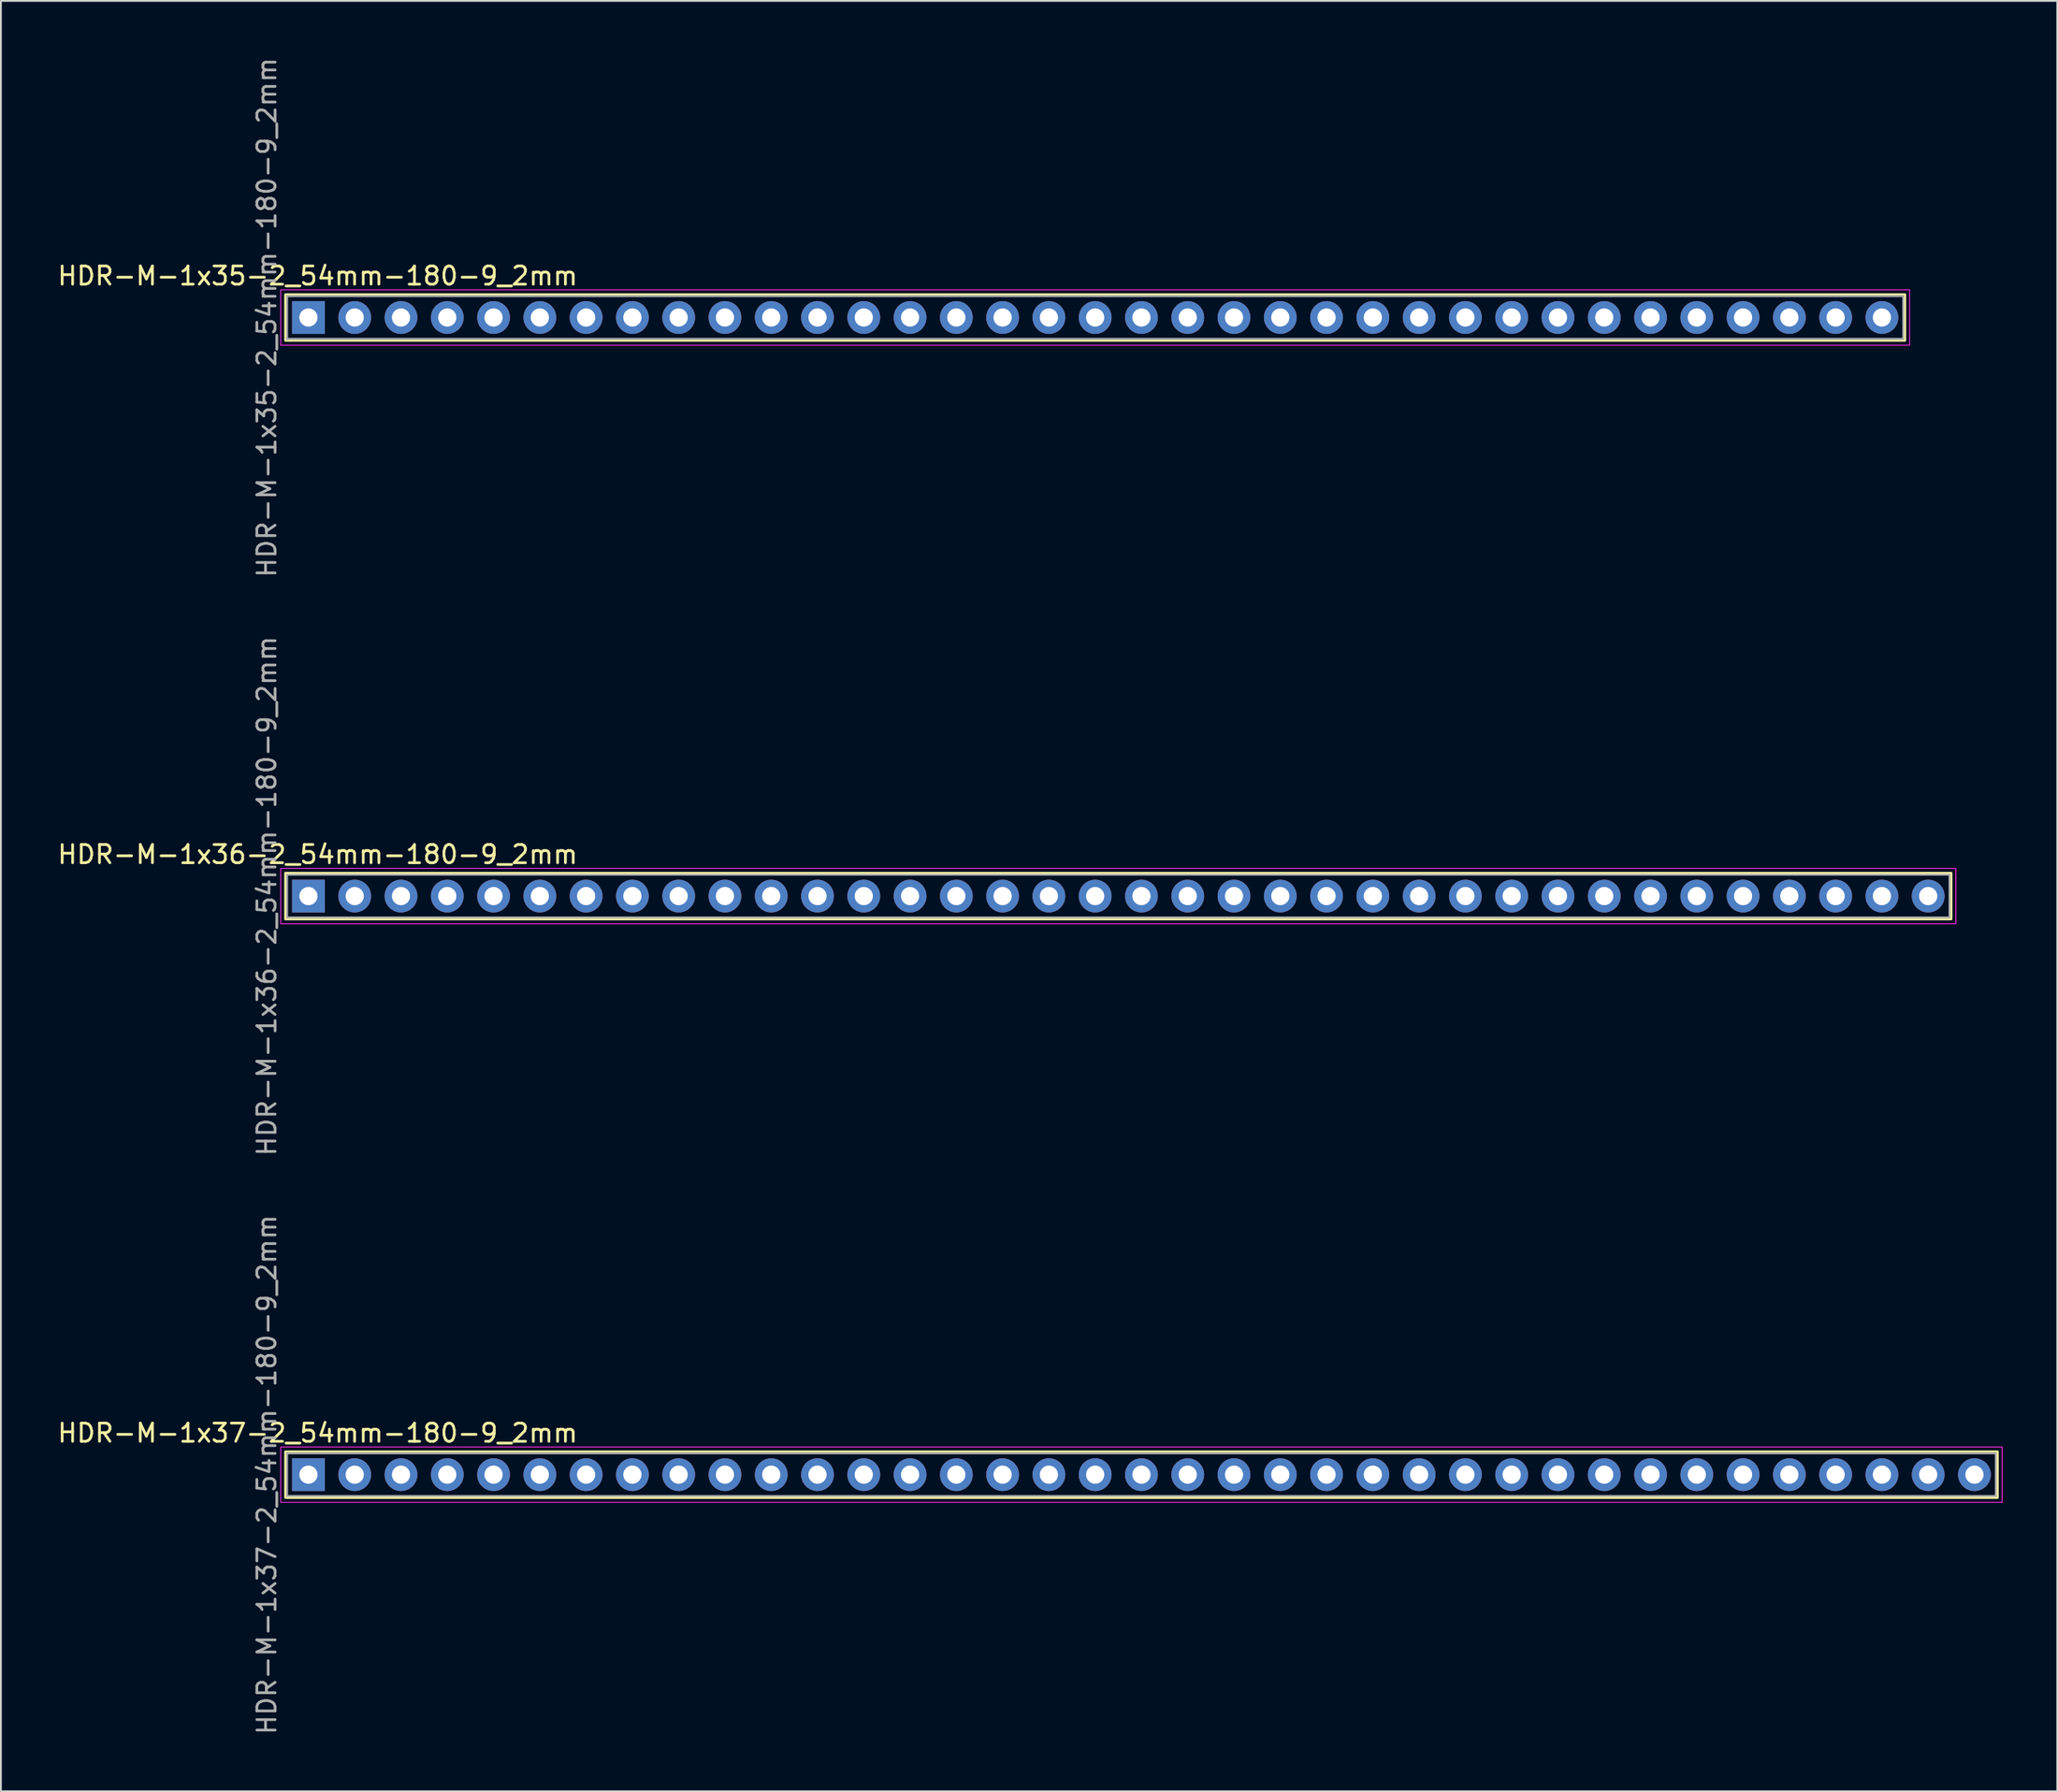
<source format=kicad_pcb>
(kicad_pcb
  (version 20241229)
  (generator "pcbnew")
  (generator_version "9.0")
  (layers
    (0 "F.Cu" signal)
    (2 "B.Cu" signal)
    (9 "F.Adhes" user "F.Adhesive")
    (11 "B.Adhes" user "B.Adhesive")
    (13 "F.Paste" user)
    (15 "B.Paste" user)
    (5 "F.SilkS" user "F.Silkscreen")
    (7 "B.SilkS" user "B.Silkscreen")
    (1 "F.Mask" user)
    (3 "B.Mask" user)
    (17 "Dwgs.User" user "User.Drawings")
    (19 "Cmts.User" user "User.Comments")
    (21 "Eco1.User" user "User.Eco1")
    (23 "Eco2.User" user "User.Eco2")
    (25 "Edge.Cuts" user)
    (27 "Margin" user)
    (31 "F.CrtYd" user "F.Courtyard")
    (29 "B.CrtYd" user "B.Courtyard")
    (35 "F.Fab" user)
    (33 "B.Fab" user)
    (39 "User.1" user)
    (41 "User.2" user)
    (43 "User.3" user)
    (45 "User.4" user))
  (footprint "HDR-M-1x37-2_54mm-180-9_2mm"
    (layer "F.Cu")
    (at 13.879 77.935)
    (property "Reference" "HDR-M-1x37-2_54mm-180-9_2mm" (at 0.508 -2.286 0) (unlocked yes) (layer "F.SilkS") (effects (font (size 1 1) (thickness 0.15))))
    (attr through_hole)
    (fp_rect (start -1.27 -1.27) (end 92.71 1.27) (stroke (width 0.12) (type solid)) (fill no) (layer "F.SilkS"))
    (fp_rect (start -1.52 -1.52) (end 92.96 1.52) (stroke (width 0.05) (type solid)) (fill no) (layer "F.CrtYd"))
    (fp_rect (start -1.17 -1.17) (end 92.61 1.17) (stroke (width 0.1) (type solid)) (fill no) (layer "F.Fab"))
    (fp_text user "${REFERENCE}" (at -2.286 0 90) (unlocked yes) (layer "F.Fab") (effects (font (size 1 1) (thickness 0.15))))
    (pad "1" thru_hole rect (at 0 0) (size 1.8 1.8) (drill 1) (layers "*.Cu" "*.Mask"))
    (pad "2" thru_hole circle (at 2.54 0) (size 1.8 1.8) (drill 1) (layers "*.Cu" "*.Mask"))
    (pad "3" thru_hole circle (at 5.08 0) (size 1.8 1.8) (drill 1) (layers "*.Cu" "*.Mask"))
    (pad "4" thru_hole circle (at 7.62 0) (size 1.8 1.8) (drill 1) (layers "*.Cu" "*.Mask"))
    (pad "5" thru_hole circle (at 10.16 0) (size 1.8 1.8) (drill 1) (layers "*.Cu" "*.Mask"))
    (pad "6" thru_hole circle (at 12.7 0) (size 1.8 1.8) (drill 1) (layers "*.Cu" "*.Mask"))
    (pad "7" thru_hole circle (at 15.24 0) (size 1.8 1.8) (drill 1) (layers "*.Cu" "*.Mask"))
    (pad "8" thru_hole circle (at 17.78 0) (size 1.8 1.8) (drill 1) (layers "*.Cu" "*.Mask"))
    (pad "9" thru_hole circle (at 20.32 0) (size 1.8 1.8) (drill 1) (layers "*.Cu" "*.Mask"))
    (pad "10" thru_hole circle (at 22.86 0) (size 1.8 1.8) (drill 1) (layers "*.Cu" "*.Mask"))
    (pad "11" thru_hole circle (at 25.4 0) (size 1.8 1.8) (drill 1) (layers "*.Cu" "*.Mask"))
    (pad "12" thru_hole circle (at 27.94 0) (size 1.8 1.8) (drill 1) (layers "*.Cu" "*.Mask"))
    (pad "13" thru_hole circle (at 30.48 0) (size 1.8 1.8) (drill 1) (layers "*.Cu" "*.Mask"))
    (pad "14" thru_hole circle (at 33.02 0) (size 1.8 1.8) (drill 1) (layers "*.Cu" "*.Mask"))
    (pad "15" thru_hole circle (at 35.56 0) (size 1.8 1.8) (drill 1) (layers "*.Cu" "*.Mask"))
    (pad "16" thru_hole circle (at 38.1 0) (size 1.8 1.8) (drill 1) (layers "*.Cu" "*.Mask"))
    (pad "17" thru_hole circle (at 40.64 0) (size 1.8 1.8) (drill 1) (layers "*.Cu" "*.Mask"))
    (pad "18" thru_hole circle (at 43.18 0) (size 1.8 1.8) (drill 1) (layers "*.Cu" "*.Mask"))
    (pad "19" thru_hole circle (at 45.72 0) (size 1.8 1.8) (drill 1) (layers "*.Cu" "*.Mask"))
    (pad "20" thru_hole circle (at 48.26 0) (size 1.8 1.8) (drill 1) (layers "*.Cu" "*.Mask"))
    (pad "21" thru_hole circle (at 50.8 0) (size 1.8 1.8) (drill 1) (layers "*.Cu" "*.Mask"))
    (pad "22" thru_hole circle (at 53.34 0) (size 1.8 1.8) (drill 1) (layers "*.Cu" "*.Mask"))
    (pad "23" thru_hole circle (at 55.88 0) (size 1.8 1.8) (drill 1) (layers "*.Cu" "*.Mask"))
    (pad "24" thru_hole circle (at 58.42 0) (size 1.8 1.8) (drill 1) (layers "*.Cu" "*.Mask"))
    (pad "25" thru_hole circle (at 60.96 0) (size 1.8 1.8) (drill 1) (layers "*.Cu" "*.Mask"))
    (pad "26" thru_hole circle (at 63.5 0) (size 1.8 1.8) (drill 1) (layers "*.Cu" "*.Mask"))
    (pad "27" thru_hole circle (at 66.04 0) (size 1.8 1.8) (drill 1) (layers "*.Cu" "*.Mask"))
    (pad "28" thru_hole circle (at 68.58 0) (size 1.8 1.8) (drill 1) (layers "*.Cu" "*.Mask"))
    (pad "29" thru_hole circle (at 71.12 0) (size 1.8 1.8) (drill 1) (layers "*.Cu" "*.Mask"))
    (pad "30" thru_hole circle (at 73.66 0) (size 1.8 1.8) (drill 1) (layers "*.Cu" "*.Mask"))
    (pad "31" thru_hole circle (at 76.2 0) (size 1.8 1.8) (drill 1) (layers "*.Cu" "*.Mask"))
    (pad "32" thru_hole circle (at 78.74 0) (size 1.8 1.8) (drill 1) (layers "*.Cu" "*.Mask"))
    (pad "33" thru_hole circle (at 81.28 0) (size 1.8 1.8) (drill 1) (layers "*.Cu" "*.Mask"))
    (pad "34" thru_hole circle (at 83.82 0) (size 1.8 1.8) (drill 1) (layers "*.Cu" "*.Mask"))
    (pad "35" thru_hole circle (at 86.36 0) (size 1.8 1.8) (drill 1) (layers "*.Cu" "*.Mask"))
    (pad "36" thru_hole circle (at 88.9 0) (size 1.8 1.8) (drill 1) (layers "*.Cu" "*.Mask"))
    (pad "37" thru_hole circle (at 91.44 0) (size 1.8 1.8) (drill 1) (layers "*.Cu" "*.Mask")))
  (footprint "HDR-M-1x36-2_54mm-180-9_2mm"
    (layer "F.Cu")
    (at 13.879 46.161)
    (property "Reference" "HDR-M-1x36-2_54mm-180-9_2mm" (at 0.508 -2.286 0) (unlocked yes) (layer "F.SilkS") (effects (font (size 1 1) (thickness 0.15))))
    (attr through_hole)
    (fp_rect (start -1.27 -1.27) (end 90.17 1.27) (stroke (width 0.12) (type solid)) (fill no) (layer "F.SilkS"))
    (fp_rect (start -1.52 -1.52) (end 90.42 1.52) (stroke (width 0.05) (type solid)) (fill no) (layer "F.CrtYd"))
    (fp_rect (start -1.17 -1.17) (end 90.07 1.17) (stroke (width 0.1) (type solid)) (fill no) (layer "F.Fab"))
    (fp_text user "${REFERENCE}" (at -2.286 0 90) (unlocked yes) (layer "F.Fab") (effects (font (size 1 1) (thickness 0.15))))
    (pad "1" thru_hole rect (at 0 0) (size 1.8 1.8) (drill 1) (layers "*.Cu" "*.Mask"))
    (pad "2" thru_hole circle (at 2.54 0) (size 1.8 1.8) (drill 1) (layers "*.Cu" "*.Mask"))
    (pad "3" thru_hole circle (at 5.08 0) (size 1.8 1.8) (drill 1) (layers "*.Cu" "*.Mask"))
    (pad "4" thru_hole circle (at 7.62 0) (size 1.8 1.8) (drill 1) (layers "*.Cu" "*.Mask"))
    (pad "5" thru_hole circle (at 10.16 0) (size 1.8 1.8) (drill 1) (layers "*.Cu" "*.Mask"))
    (pad "6" thru_hole circle (at 12.7 0) (size 1.8 1.8) (drill 1) (layers "*.Cu" "*.Mask"))
    (pad "7" thru_hole circle (at 15.24 0) (size 1.8 1.8) (drill 1) (layers "*.Cu" "*.Mask"))
    (pad "8" thru_hole circle (at 17.78 0) (size 1.8 1.8) (drill 1) (layers "*.Cu" "*.Mask"))
    (pad "9" thru_hole circle (at 20.32 0) (size 1.8 1.8) (drill 1) (layers "*.Cu" "*.Mask"))
    (pad "10" thru_hole circle (at 22.86 0) (size 1.8 1.8) (drill 1) (layers "*.Cu" "*.Mask"))
    (pad "11" thru_hole circle (at 25.4 0) (size 1.8 1.8) (drill 1) (layers "*.Cu" "*.Mask"))
    (pad "12" thru_hole circle (at 27.94 0) (size 1.8 1.8) (drill 1) (layers "*.Cu" "*.Mask"))
    (pad "13" thru_hole circle (at 30.48 0) (size 1.8 1.8) (drill 1) (layers "*.Cu" "*.Mask"))
    (pad "14" thru_hole circle (at 33.02 0) (size 1.8 1.8) (drill 1) (layers "*.Cu" "*.Mask"))
    (pad "15" thru_hole circle (at 35.56 0) (size 1.8 1.8) (drill 1) (layers "*.Cu" "*.Mask"))
    (pad "16" thru_hole circle (at 38.1 0) (size 1.8 1.8) (drill 1) (layers "*.Cu" "*.Mask"))
    (pad "17" thru_hole circle (at 40.64 0) (size 1.8 1.8) (drill 1) (layers "*.Cu" "*.Mask"))
    (pad "18" thru_hole circle (at 43.18 0) (size 1.8 1.8) (drill 1) (layers "*.Cu" "*.Mask"))
    (pad "19" thru_hole circle (at 45.72 0) (size 1.8 1.8) (drill 1) (layers "*.Cu" "*.Mask"))
    (pad "20" thru_hole circle (at 48.26 0) (size 1.8 1.8) (drill 1) (layers "*.Cu" "*.Mask"))
    (pad "21" thru_hole circle (at 50.8 0) (size 1.8 1.8) (drill 1) (layers "*.Cu" "*.Mask"))
    (pad "22" thru_hole circle (at 53.34 0) (size 1.8 1.8) (drill 1) (layers "*.Cu" "*.Mask"))
    (pad "23" thru_hole circle (at 55.88 0) (size 1.8 1.8) (drill 1) (layers "*.Cu" "*.Mask"))
    (pad "24" thru_hole circle (at 58.42 0) (size 1.8 1.8) (drill 1) (layers "*.Cu" "*.Mask"))
    (pad "25" thru_hole circle (at 60.96 0) (size 1.8 1.8) (drill 1) (layers "*.Cu" "*.Mask"))
    (pad "26" thru_hole circle (at 63.5 0) (size 1.8 1.8) (drill 1) (layers "*.Cu" "*.Mask"))
    (pad "27" thru_hole circle (at 66.04 0) (size 1.8 1.8) (drill 1) (layers "*.Cu" "*.Mask"))
    (pad "28" thru_hole circle (at 68.58 0) (size 1.8 1.8) (drill 1) (layers "*.Cu" "*.Mask"))
    (pad "29" thru_hole circle (at 71.12 0) (size 1.8 1.8) (drill 1) (layers "*.Cu" "*.Mask"))
    (pad "30" thru_hole circle (at 73.66 0) (size 1.8 1.8) (drill 1) (layers "*.Cu" "*.Mask"))
    (pad "31" thru_hole circle (at 76.2 0) (size 1.8 1.8) (drill 1) (layers "*.Cu" "*.Mask"))
    (pad "32" thru_hole circle (at 78.74 0) (size 1.8 1.8) (drill 1) (layers "*.Cu" "*.Mask"))
    (pad "33" thru_hole circle (at 81.28 0) (size 1.8 1.8) (drill 1) (layers "*.Cu" "*.Mask"))
    (pad "34" thru_hole circle (at 83.82 0) (size 1.8 1.8) (drill 1) (layers "*.Cu" "*.Mask"))
    (pad "35" thru_hole circle (at 86.36 0) (size 1.8 1.8) (drill 1) (layers "*.Cu" "*.Mask"))
    (pad "36" thru_hole circle (at 88.9 0) (size 1.8 1.8) (drill 1) (layers "*.Cu" "*.Mask")))
  (footprint "HDR-M-1x35-2_54mm-180-9_2mm"
    (layer "F.Cu")
    (at 13.879 14.387)
    (property "Reference" "HDR-M-1x35-2_54mm-180-9_2mm" (at 0.508 -2.286 0) (unlocked yes) (layer "F.SilkS") (effects (font (size 1 1) (thickness 0.15))))
    (attr through_hole)
    (fp_rect (start -1.27 -1.27) (end 87.63 1.27) (stroke (width 0.12) (type solid)) (fill no) (layer "F.SilkS"))
    (fp_rect (start -1.52 -1.52) (end 87.88 1.52) (stroke (width 0.05) (type solid)) (fill no) (layer "F.CrtYd"))
    (fp_rect (start -1.17 -1.17) (end 87.53 1.17) (stroke (width 0.1) (type solid)) (fill no) (layer "F.Fab"))
    (fp_text user "${REFERENCE}" (at -2.286 0 90) (unlocked yes) (layer "F.Fab") (effects (font (size 1 1) (thickness 0.15))))
    (pad "1" thru_hole rect (at 0 0) (size 1.8 1.8) (drill 1) (layers "*.Cu" "*.Mask"))
    (pad "2" thru_hole circle (at 2.54 0) (size 1.8 1.8) (drill 1) (layers "*.Cu" "*.Mask"))
    (pad "3" thru_hole circle (at 5.08 0) (size 1.8 1.8) (drill 1) (layers "*.Cu" "*.Mask"))
    (pad "4" thru_hole circle (at 7.62 0) (size 1.8 1.8) (drill 1) (layers "*.Cu" "*.Mask"))
    (pad "5" thru_hole circle (at 10.16 0) (size 1.8 1.8) (drill 1) (layers "*.Cu" "*.Mask"))
    (pad "6" thru_hole circle (at 12.7 0) (size 1.8 1.8) (drill 1) (layers "*.Cu" "*.Mask"))
    (pad "7" thru_hole circle (at 15.24 0) (size 1.8 1.8) (drill 1) (layers "*.Cu" "*.Mask"))
    (pad "8" thru_hole circle (at 17.78 0) (size 1.8 1.8) (drill 1) (layers "*.Cu" "*.Mask"))
    (pad "9" thru_hole circle (at 20.32 0) (size 1.8 1.8) (drill 1) (layers "*.Cu" "*.Mask"))
    (pad "10" thru_hole circle (at 22.86 0) (size 1.8 1.8) (drill 1) (layers "*.Cu" "*.Mask"))
    (pad "11" thru_hole circle (at 25.4 0) (size 1.8 1.8) (drill 1) (layers "*.Cu" "*.Mask"))
    (pad "12" thru_hole circle (at 27.94 0) (size 1.8 1.8) (drill 1) (layers "*.Cu" "*.Mask"))
    (pad "13" thru_hole circle (at 30.48 0) (size 1.8 1.8) (drill 1) (layers "*.Cu" "*.Mask"))
    (pad "14" thru_hole circle (at 33.02 0) (size 1.8 1.8) (drill 1) (layers "*.Cu" "*.Mask"))
    (pad "15" thru_hole circle (at 35.56 0) (size 1.8 1.8) (drill 1) (layers "*.Cu" "*.Mask"))
    (pad "16" thru_hole circle (at 38.1 0) (size 1.8 1.8) (drill 1) (layers "*.Cu" "*.Mask"))
    (pad "17" thru_hole circle (at 40.64 0) (size 1.8 1.8) (drill 1) (layers "*.Cu" "*.Mask"))
    (pad "18" thru_hole circle (at 43.18 0) (size 1.8 1.8) (drill 1) (layers "*.Cu" "*.Mask"))
    (pad "19" thru_hole circle (at 45.72 0) (size 1.8 1.8) (drill 1) (layers "*.Cu" "*.Mask"))
    (pad "20" thru_hole circle (at 48.26 0) (size 1.8 1.8) (drill 1) (layers "*.Cu" "*.Mask"))
    (pad "21" thru_hole circle (at 50.8 0) (size 1.8 1.8) (drill 1) (layers "*.Cu" "*.Mask"))
    (pad "22" thru_hole circle (at 53.34 0) (size 1.8 1.8) (drill 1) (layers "*.Cu" "*.Mask"))
    (pad "23" thru_hole circle (at 55.88 0) (size 1.8 1.8) (drill 1) (layers "*.Cu" "*.Mask"))
    (pad "24" thru_hole circle (at 58.42 0) (size 1.8 1.8) (drill 1) (layers "*.Cu" "*.Mask"))
    (pad "25" thru_hole circle (at 60.96 0) (size 1.8 1.8) (drill 1) (layers "*.Cu" "*.Mask"))
    (pad "26" thru_hole circle (at 63.5 0) (size 1.8 1.8) (drill 1) (layers "*.Cu" "*.Mask"))
    (pad "27" thru_hole circle (at 66.04 0) (size 1.8 1.8) (drill 1) (layers "*.Cu" "*.Mask"))
    (pad "28" thru_hole circle (at 68.58 0) (size 1.8 1.8) (drill 1) (layers "*.Cu" "*.Mask"))
    (pad "29" thru_hole circle (at 71.12 0) (size 1.8 1.8) (drill 1) (layers "*.Cu" "*.Mask"))
    (pad "30" thru_hole circle (at 73.66 0) (size 1.8 1.8) (drill 1) (layers "*.Cu" "*.Mask"))
    (pad "31" thru_hole circle (at 76.2 0) (size 1.8 1.8) (drill 1) (layers "*.Cu" "*.Mask"))
    (pad "32" thru_hole circle (at 78.74 0) (size 1.8 1.8) (drill 1) (layers "*.Cu" "*.Mask"))
    (pad "33" thru_hole circle (at 81.28 0) (size 1.8 1.8) (drill 1) (layers "*.Cu" "*.Mask"))
    (pad "34" thru_hole circle (at 83.82 0) (size 1.8 1.8) (drill 1) (layers "*.Cu" "*.Mask"))
    (pad "35" thru_hole circle (at 86.36 0) (size 1.8 1.8) (drill 1) (layers "*.Cu" "*.Mask")))
  (gr_rect
    (start -3 -3)
    (end 109.864 95.321)
    (stroke (width 0.1) (type default))
    (fill no)
    (layer "Edge.Cuts")))
</source>
